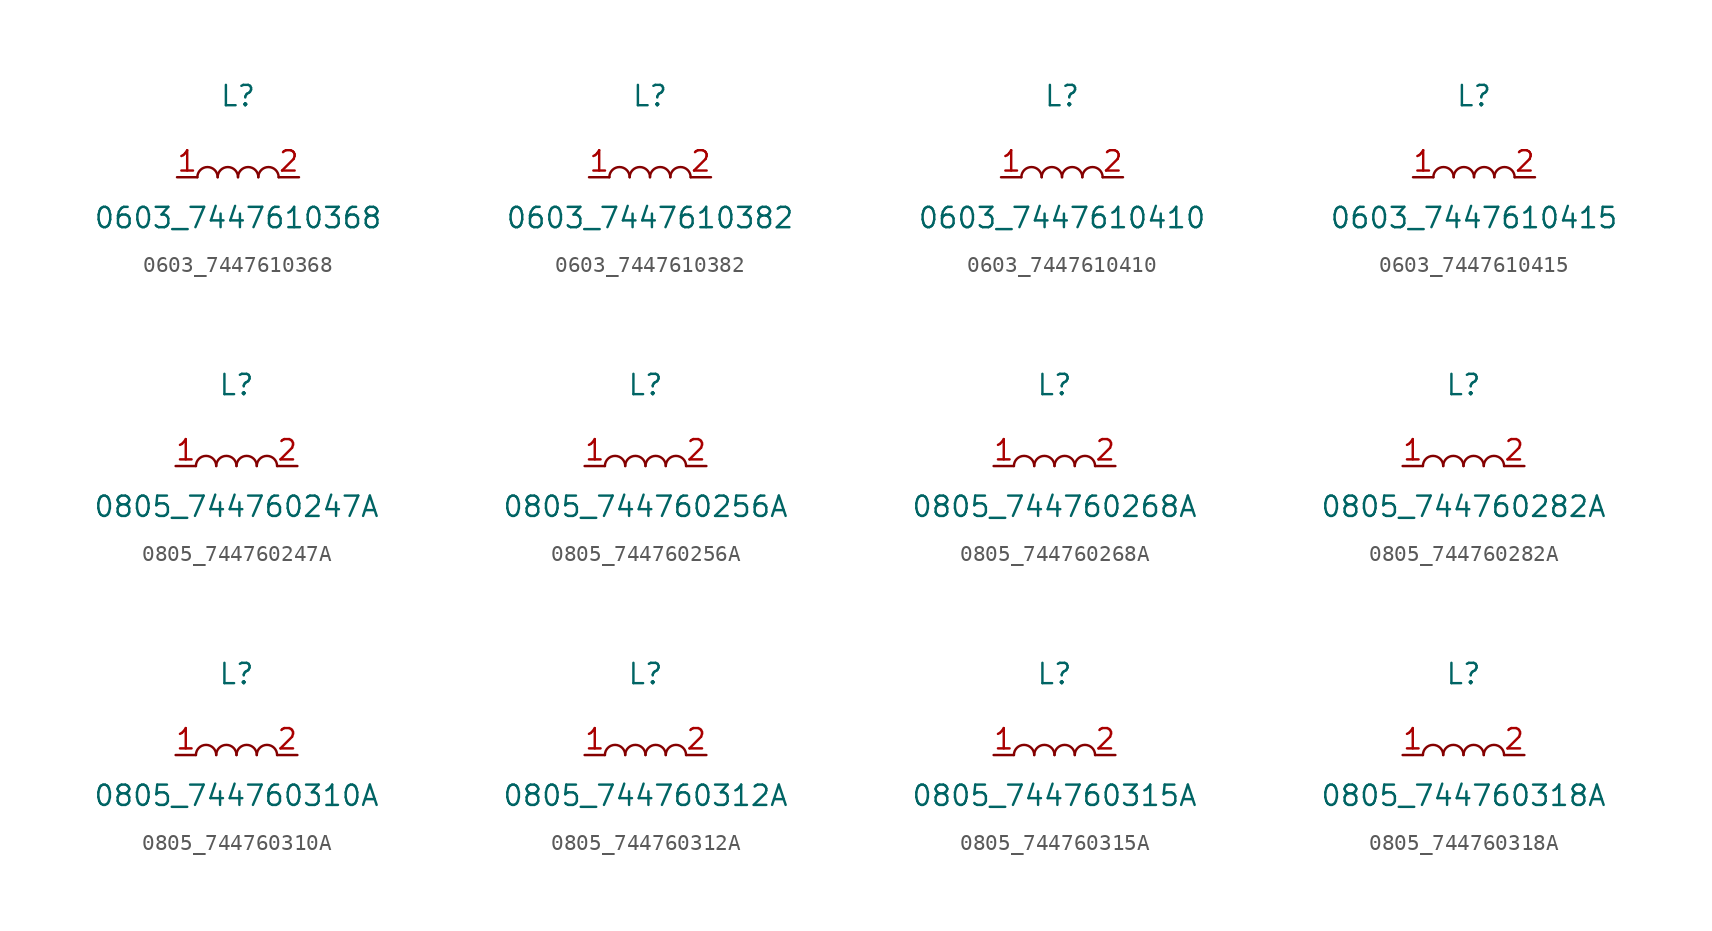
<source format=kicad_sym>
(kicad_symbol_lib
  (version 20220914)
  (generator kicad_symbol_editor)
  (symbol "0603_7447610368"
    (pin_names hide)
    (property "Reference" "L"
      (at 0 5.08 0)
      (effects (font (size 1.27 1.27))))
    (property "Value" "0603_7447610368"
      (at 0 -2.54 0)
      (effects (font (size 1.27 1.27))))
    (symbol "0603_7447610368_0_1"
      (arc (start -1.27 0) (mid -1.905 0.6323) (end -2.54 0) (stroke (width 0) (type default)) (fill (type none)))
      (arc (start 0 0) (mid -0.635 0.6323) (end -1.27 0) (stroke (width 0) (type default)) (fill (type none)))
      (arc (start 1.27 0) (mid 0.635 0.6323) (end 0 0) (stroke (width 0) (type default)) (fill (type none)))
      (arc (start 2.54 0) (mid 1.905 0.6323) (end 1.27 0) (stroke (width 0) (type default)) (fill (type none))))
    (symbol "0603_7447610368_1_1"
      (pin passive line (at -3.81 0 0) (length 1.27) (name "1" (effects (font (size 1.27 1.27)))) (number "1" (effects (font (size 1.27 1.27)))))
      (pin passive line (at 3.81 0 180) (length 1.27) (name "2" (effects (font (size 1.27 1.27)))) (number "2" (effects (font (size 1.27 1.27)))))))
  (symbol "0603_7447610382"
    (pin_names hide)
    (property "Reference" "L"
      (at 0 5.08 0)
      (effects (font (size 1.27 1.27))))
    (property "Value" "0603_7447610382"
      (at 0 -2.54 0)
      (effects (font (size 1.27 1.27))))
    (symbol "0603_7447610382_0_1"
      (arc (start -1.27 0) (mid -1.905 0.6323) (end -2.54 0) (stroke (width 0) (type default)) (fill (type none)))
      (arc (start 0 0) (mid -0.635 0.6323) (end -1.27 0) (stroke (width 0) (type default)) (fill (type none)))
      (arc (start 1.27 0) (mid 0.635 0.6323) (end 0 0) (stroke (width 0) (type default)) (fill (type none)))
      (arc (start 2.54 0) (mid 1.905 0.6323) (end 1.27 0) (stroke (width 0) (type default)) (fill (type none))))
    (symbol "0603_7447610382_1_1"
      (pin passive line (at -3.81 0 0) (length 1.27) (name "1" (effects (font (size 1.27 1.27)))) (number "1" (effects (font (size 1.27 1.27)))))
      (pin passive line (at 3.81 0 180) (length 1.27) (name "2" (effects (font (size 1.27 1.27)))) (number "2" (effects (font (size 1.27 1.27)))))))
  (symbol "0603_7447610410"
    (pin_names hide)
    (property "Reference" "L"
      (at 0 5.08 0)
      (effects (font (size 1.27 1.27))))
    (property "Value" "0603_7447610410"
      (at 0 -2.54 0)
      (effects (font (size 1.27 1.27))))
    (symbol "0603_7447610410_0_1"
      (arc (start -1.27 0) (mid -1.905 0.6323) (end -2.54 0) (stroke (width 0) (type default)) (fill (type none)))
      (arc (start 0 0) (mid -0.635 0.6323) (end -1.27 0) (stroke (width 0) (type default)) (fill (type none)))
      (arc (start 1.27 0) (mid 0.635 0.6323) (end 0 0) (stroke (width 0) (type default)) (fill (type none)))
      (arc (start 2.54 0) (mid 1.905 0.6323) (end 1.27 0) (stroke (width 0) (type default)) (fill (type none))))
    (symbol "0603_7447610410_1_1"
      (pin passive line (at -3.81 0 0) (length 1.27) (name "1" (effects (font (size 1.27 1.27)))) (number "1" (effects (font (size 1.27 1.27)))))
      (pin passive line (at 3.81 0 180) (length 1.27) (name "2" (effects (font (size 1.27 1.27)))) (number "2" (effects (font (size 1.27 1.27)))))))
  (symbol "0603_7447610415"
    (pin_names hide)
    (property "Reference" "L"
      (at 0 5.08 0)
      (effects (font (size 1.27 1.27))))
    (property "Value" "0603_7447610415"
      (at 0 -2.54 0)
      (effects (font (size 1.27 1.27))))
    (symbol "0603_7447610415_0_1"
      (arc (start -1.27 0) (mid -1.905 0.6323) (end -2.54 0) (stroke (width 0) (type default)) (fill (type none)))
      (arc (start 0 0) (mid -0.635 0.6323) (end -1.27 0) (stroke (width 0) (type default)) (fill (type none)))
      (arc (start 1.27 0) (mid 0.635 0.6323) (end 0 0) (stroke (width 0) (type default)) (fill (type none)))
      (arc (start 2.54 0) (mid 1.905 0.6323) (end 1.27 0) (stroke (width 0) (type default)) (fill (type none))))
    (symbol "0603_7447610415_1_1"
      (pin passive line (at -3.81 0 0) (length 1.27) (name "1" (effects (font (size 1.27 1.27)))) (number "1" (effects (font (size 1.27 1.27)))))
      (pin passive line (at 3.81 0 180) (length 1.27) (name "2" (effects (font (size 1.27 1.27)))) (number "2" (effects (font (size 1.27 1.27)))))))
  (symbol "0805_744760247A"
    (pin_names hide)
    (property "Reference" "L"
      (at 0 5.08 0)
      (effects (font (size 1.27 1.27))))
    (property "Value" "0805_744760247A"
      (at 0 -2.54 0)
      (effects (font (size 1.27 1.27))))
    (symbol "0805_744760247A_0_1"
      (arc (start -1.27 0) (mid -1.905 0.6323) (end -2.54 0) (stroke (width 0) (type default)) (fill (type none)))
      (arc (start 0 0) (mid -0.635 0.6323) (end -1.27 0) (stroke (width 0) (type default)) (fill (type none)))
      (arc (start 1.27 0) (mid 0.635 0.6323) (end 0 0) (stroke (width 0) (type default)) (fill (type none)))
      (arc (start 2.54 0) (mid 1.905 0.6323) (end 1.27 0) (stroke (width 0) (type default)) (fill (type none))))
    (symbol "0805_744760247A_1_1"
      (pin passive line (at -3.81 0 0) (length 1.27) (name "1" (effects (font (size 1.27 1.27)))) (number "1" (effects (font (size 1.27 1.27)))))
      (pin passive line (at 3.81 0 180) (length 1.27) (name "2" (effects (font (size 1.27 1.27)))) (number "2" (effects (font (size 1.27 1.27)))))))
  (symbol "0805_744760256A"
    (pin_names hide)
    (property "Reference" "L"
      (at 0 5.08 0)
      (effects (font (size 1.27 1.27))))
    (property "Value" "0805_744760256A"
      (at 0 -2.54 0)
      (effects (font (size 1.27 1.27))))
    (symbol "0805_744760256A_0_1"
      (arc (start -1.27 0) (mid -1.905 0.6323) (end -2.54 0) (stroke (width 0) (type default)) (fill (type none)))
      (arc (start 0 0) (mid -0.635 0.6323) (end -1.27 0) (stroke (width 0) (type default)) (fill (type none)))
      (arc (start 1.27 0) (mid 0.635 0.6323) (end 0 0) (stroke (width 0) (type default)) (fill (type none)))
      (arc (start 2.54 0) (mid 1.905 0.6323) (end 1.27 0) (stroke (width 0) (type default)) (fill (type none))))
    (symbol "0805_744760256A_1_1"
      (pin passive line (at -3.81 0 0) (length 1.27) (name "1" (effects (font (size 1.27 1.27)))) (number "1" (effects (font (size 1.27 1.27)))))
      (pin passive line (at 3.81 0 180) (length 1.27) (name "2" (effects (font (size 1.27 1.27)))) (number "2" (effects (font (size 1.27 1.27)))))))
  (symbol "0805_744760268A"
    (pin_names hide)
    (property "Reference" "L"
      (at 0 5.08 0)
      (effects (font (size 1.27 1.27))))
    (property "Value" "0805_744760268A"
      (at 0 -2.54 0)
      (effects (font (size 1.27 1.27))))
    (symbol "0805_744760268A_0_1"
      (arc (start -1.27 0) (mid -1.905 0.6323) (end -2.54 0) (stroke (width 0) (type default)) (fill (type none)))
      (arc (start 0 0) (mid -0.635 0.6323) (end -1.27 0) (stroke (width 0) (type default)) (fill (type none)))
      (arc (start 1.27 0) (mid 0.635 0.6323) (end 0 0) (stroke (width 0) (type default)) (fill (type none)))
      (arc (start 2.54 0) (mid 1.905 0.6323) (end 1.27 0) (stroke (width 0) (type default)) (fill (type none))))
    (symbol "0805_744760268A_1_1"
      (pin passive line (at -3.81 0 0) (length 1.27) (name "1" (effects (font (size 1.27 1.27)))) (number "1" (effects (font (size 1.27 1.27)))))
      (pin passive line (at 3.81 0 180) (length 1.27) (name "2" (effects (font (size 1.27 1.27)))) (number "2" (effects (font (size 1.27 1.27)))))))
  (symbol "0805_744760282A"
    (pin_names hide)
    (property "Reference" "L"
      (at 0 5.08 0)
      (effects (font (size 1.27 1.27))))
    (property "Value" "0805_744760282A"
      (at 0 -2.54 0)
      (effects (font (size 1.27 1.27))))
    (symbol "0805_744760282A_0_1"
      (arc (start -1.27 0) (mid -1.905 0.6323) (end -2.54 0) (stroke (width 0) (type default)) (fill (type none)))
      (arc (start 0 0) (mid -0.635 0.6323) (end -1.27 0) (stroke (width 0) (type default)) (fill (type none)))
      (arc (start 1.27 0) (mid 0.635 0.6323) (end 0 0) (stroke (width 0) (type default)) (fill (type none)))
      (arc (start 2.54 0) (mid 1.905 0.6323) (end 1.27 0) (stroke (width 0) (type default)) (fill (type none))))
    (symbol "0805_744760282A_1_1"
      (pin passive line (at -3.81 0 0) (length 1.27) (name "1" (effects (font (size 1.27 1.27)))) (number "1" (effects (font (size 1.27 1.27)))))
      (pin passive line (at 3.81 0 180) (length 1.27) (name "2" (effects (font (size 1.27 1.27)))) (number "2" (effects (font (size 1.27 1.27)))))))
  (symbol "0805_744760310A"
    (pin_names hide)
    (property "Reference" "L"
      (at 0 5.08 0)
      (effects (font (size 1.27 1.27))))
    (property "Value" "0805_744760310A"
      (at 0 -2.54 0)
      (effects (font (size 1.27 1.27))))
    (symbol "0805_744760310A_0_1"
      (arc (start -1.27 0) (mid -1.905 0.6323) (end -2.54 0) (stroke (width 0) (type default)) (fill (type none)))
      (arc (start 0 0) (mid -0.635 0.6323) (end -1.27 0) (stroke (width 0) (type default)) (fill (type none)))
      (arc (start 1.27 0) (mid 0.635 0.6323) (end 0 0) (stroke (width 0) (type default)) (fill (type none)))
      (arc (start 2.54 0) (mid 1.905 0.6323) (end 1.27 0) (stroke (width 0) (type default)) (fill (type none))))
    (symbol "0805_744760310A_1_1"
      (pin passive line (at -3.81 0 0) (length 1.27) (name "1" (effects (font (size 1.27 1.27)))) (number "1" (effects (font (size 1.27 1.27)))))
      (pin passive line (at 3.81 0 180) (length 1.27) (name "2" (effects (font (size 1.27 1.27)))) (number "2" (effects (font (size 1.27 1.27)))))))
  (symbol "0805_744760312A"
    (pin_names hide)
    (property "Reference" "L"
      (at 0 5.08 0)
      (effects (font (size 1.27 1.27))))
    (property "Value" "0805_744760312A"
      (at 0 -2.54 0)
      (effects (font (size 1.27 1.27))))
    (symbol "0805_744760312A_0_1"
      (arc (start -1.27 0) (mid -1.905 0.6323) (end -2.54 0) (stroke (width 0) (type default)) (fill (type none)))
      (arc (start 0 0) (mid -0.635 0.6323) (end -1.27 0) (stroke (width 0) (type default)) (fill (type none)))
      (arc (start 1.27 0) (mid 0.635 0.6323) (end 0 0) (stroke (width 0) (type default)) (fill (type none)))
      (arc (start 2.54 0) (mid 1.905 0.6323) (end 1.27 0) (stroke (width 0) (type default)) (fill (type none))))
    (symbol "0805_744760312A_1_1"
      (pin passive line (at -3.81 0 0) (length 1.27) (name "1" (effects (font (size 1.27 1.27)))) (number "1" (effects (font (size 1.27 1.27)))))
      (pin passive line (at 3.81 0 180) (length 1.27) (name "2" (effects (font (size 1.27 1.27)))) (number "2" (effects (font (size 1.27 1.27)))))))
  (symbol "0805_744760315A"
    (pin_names hide)
    (property "Reference" "L"
      (at 0 5.08 0)
      (effects (font (size 1.27 1.27))))
    (property "Value" "0805_744760315A"
      (at 0 -2.54 0)
      (effects (font (size 1.27 1.27))))
    (symbol "0805_744760315A_0_1"
      (arc (start -1.27 0) (mid -1.905 0.6323) (end -2.54 0) (stroke (width 0) (type default)) (fill (type none)))
      (arc (start 0 0) (mid -0.635 0.6323) (end -1.27 0) (stroke (width 0) (type default)) (fill (type none)))
      (arc (start 1.27 0) (mid 0.635 0.6323) (end 0 0) (stroke (width 0) (type default)) (fill (type none)))
      (arc (start 2.54 0) (mid 1.905 0.6323) (end 1.27 0) (stroke (width 0) (type default)) (fill (type none))))
    (symbol "0805_744760315A_1_1"
      (pin passive line (at -3.81 0 0) (length 1.27) (name "1" (effects (font (size 1.27 1.27)))) (number "1" (effects (font (size 1.27 1.27)))))
      (pin passive line (at 3.81 0 180) (length 1.27) (name "2" (effects (font (size 1.27 1.27)))) (number "2" (effects (font (size 1.27 1.27)))))))
  (symbol "0805_744760318A"
    (pin_names hide)
    (property "Reference" "L"
      (at 0 5.08 0)
      (effects (font (size 1.27 1.27))))
    (property "Value" "0805_744760318A"
      (at 0 -2.54 0)
      (effects (font (size 1.27 1.27))))
    (symbol "0805_744760318A_0_1"
      (arc (start -1.27 0) (mid -1.905 0.6323) (end -2.54 0) (stroke (width 0) (type default)) (fill (type none)))
      (arc (start 0 0) (mid -0.635 0.6323) (end -1.27 0) (stroke (width 0) (type default)) (fill (type none)))
      (arc (start 1.27 0) (mid 0.635 0.6323) (end 0 0) (stroke (width 0) (type default)) (fill (type none)))
      (arc (start 2.54 0) (mid 1.905 0.6323) (end 1.27 0) (stroke (width 0) (type default)) (fill (type none))))
    (symbol "0805_744760318A_1_1"
      (pin passive line (at -3.81 0 0) (length 1.27) (name "1" (effects (font (size 1.27 1.27)))) (number "1" (effects (font (size 1.27 1.27)))))
      (pin passive line (at 3.81 0 180) (length 1.27) (name "2" (effects (font (size 1.27 1.27)))) (number "2" (effects (font (size 1.27 1.27))))))))
</source>
